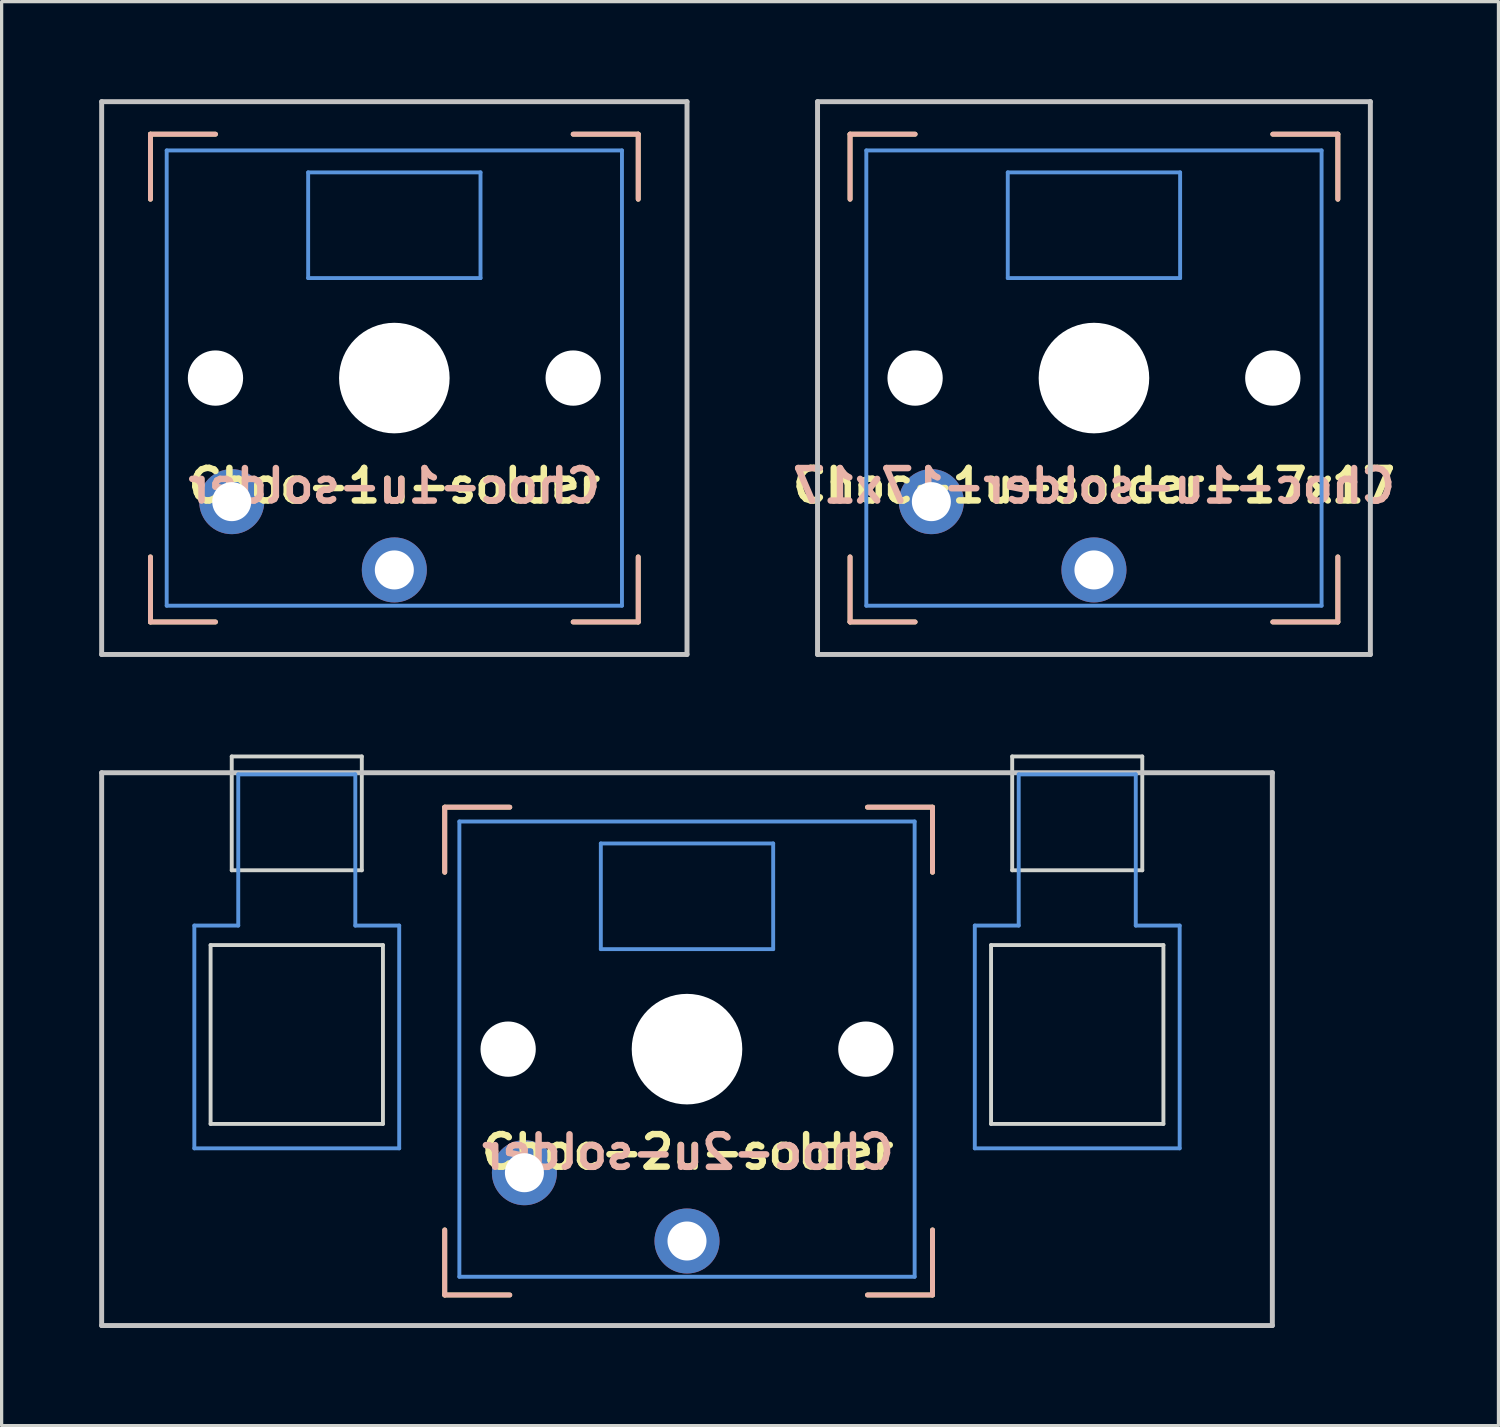
<source format=kicad_pcb>
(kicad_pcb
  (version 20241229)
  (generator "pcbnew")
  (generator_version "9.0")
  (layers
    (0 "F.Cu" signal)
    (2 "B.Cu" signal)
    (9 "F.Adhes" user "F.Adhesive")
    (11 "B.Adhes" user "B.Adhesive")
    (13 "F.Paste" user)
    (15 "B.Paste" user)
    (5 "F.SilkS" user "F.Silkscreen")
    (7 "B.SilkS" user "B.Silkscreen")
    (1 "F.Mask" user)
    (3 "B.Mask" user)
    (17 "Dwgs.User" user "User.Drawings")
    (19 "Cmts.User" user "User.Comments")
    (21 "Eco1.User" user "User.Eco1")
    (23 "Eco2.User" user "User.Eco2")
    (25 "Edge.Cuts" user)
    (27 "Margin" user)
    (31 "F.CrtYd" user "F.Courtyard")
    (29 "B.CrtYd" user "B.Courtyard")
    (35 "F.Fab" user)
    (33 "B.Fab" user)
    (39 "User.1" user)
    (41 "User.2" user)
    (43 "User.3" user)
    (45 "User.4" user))
  (footprint "Choc-1u-solder"
    (layer "F.Cu")
    (at 9.076 8.576)
    (property "Reference" "Choc-1u-solder" (at 0 3.31 180) (layer "F.SilkS") (effects (font (size 1 1) (thickness 0.2))))
    (attr through_hole)
    (fp_line (start -7.5 -7.5) (end -7.5 -5.5) (stroke (width 0.15) (type solid)) (layer "F.SilkS"))
    (fp_line (start -7.5 7.5) (end -7.5 5.5) (stroke (width 0.15) (type solid)) (layer "F.SilkS"))
    (fp_line (start -5.5 -7.5) (end -7.5 -7.5) (stroke (width 0.15) (type solid)) (layer "F.SilkS"))
    (fp_line (start -5.5 7.5) (end -7.5 7.5) (stroke (width 0.15) (type solid)) (layer "F.SilkS"))
    (fp_line (start 5.5 -7.5) (end 7.5 -7.5) (stroke (width 0.15) (type solid)) (layer "F.SilkS"))
    (fp_line (start 5.5 7.5) (end 7.5 7.5) (stroke (width 0.15) (type solid)) (layer "F.SilkS"))
    (fp_line (start 7.5 -7.5) (end 7.5 -5.5) (stroke (width 0.15) (type solid)) (layer "F.SilkS"))
    (fp_line (start 7.5 7.5) (end 7.5 5.5) (stroke (width 0.15) (type solid)) (layer "F.SilkS"))
    (fp_line (start -7.5 -7.5) (end -7.5 -5.5) (stroke (width 0.15) (type solid)) (layer "B.SilkS"))
    (fp_line (start -7.5 7.5) (end -7.5 5.5) (stroke (width 0.15) (type solid)) (layer "B.SilkS"))
    (fp_line (start -5.5 -7.5) (end -7.5 -7.5) (stroke (width 0.15) (type solid)) (layer "B.SilkS"))
    (fp_line (start -5.5 7.5) (end -7.5 7.5) (stroke (width 0.15) (type solid)) (layer "B.SilkS"))
    (fp_line (start 5.5 -7.5) (end 7.5 -7.5) (stroke (width 0.15) (type solid)) (layer "B.SilkS"))
    (fp_line (start 5.5 7.5) (end 7.5 7.5) (stroke (width 0.15) (type solid)) (layer "B.SilkS"))
    (fp_line (start 7.5 -7.5) (end 7.5 -5.5) (stroke (width 0.15) (type solid)) (layer "B.SilkS"))
    (fp_line (start 7.5 7.5) (end 7.5 5.5) (stroke (width 0.15) (type solid)) (layer "B.SilkS"))
    (fp_line (start -9 -8.5) (end 9 -8.5) (stroke (width 0.152) (type solid)) (layer "Dwgs.User"))
    (fp_line (start -9 8.5) (end -9 -8.5) (stroke (width 0.152) (type solid)) (layer "Dwgs.User"))
    (fp_line (start 9 -8.5) (end 9 8.5) (stroke (width 0.152) (type solid)) (layer "Dwgs.User"))
    (fp_line (start 9 8.5) (end -9 8.5) (stroke (width 0.152) (type solid)) (layer "Dwgs.User"))
    (fp_line (start -7 -7) (end -7 7) (stroke (width 0.12) (type solid)) (layer "Cmts.User"))
    (fp_line (start -7 7) (end 7 7) (stroke (width 0.12) (type solid)) (layer "Cmts.User"))
    (fp_line (start -2.65 -6.325) (end 2.65 -6.325) (stroke (width 0.12) (type solid)) (layer "Cmts.User"))
    (fp_line (start -2.65 -3.075) (end -2.65 -6.325) (stroke (width 0.12) (type solid)) (layer "Cmts.User"))
    (fp_line (start 2.65 -6.325) (end 2.65 -3.075) (stroke (width 0.12) (type solid)) (layer "Cmts.User"))
    (fp_line (start 2.65 -3.075) (end -2.65 -3.075) (stroke (width 0.12) (type solid)) (layer "Cmts.User"))
    (fp_line (start 7 -7) (end -7 -7) (stroke (width 0.12) (type solid)) (layer "Cmts.User"))
    (fp_line (start 7 7) (end 7 -7) (stroke (width 0.12) (type solid)) (layer "Cmts.User"))
    (fp_text user "${REFERENCE}" (at 0 3.9 0) (layer "B.SilkS") (effects (font (size 1 1) (thickness 0.2) (bold yes)) (justify bottom mirror)))
    (pad "" np_thru_hole circle (at -5.5 0 180) (size 1.7 1.7) (drill 1.7) (layers "*.Cu" "*.Mask"))
    (pad "" np_thru_hole circle (at 0 0 90) (size 3.4 3.4) (drill 3.4) (layers "*.Cu" "*.Mask"))
    (pad "" np_thru_hole circle (at 5.5 0 180) (size 1.7 1.7) (drill 1.7) (layers "*.Cu" "*.Mask"))
    (pad "1" thru_hole circle (at 0 5.9 180) (size 2 2) (drill 1.2) (layers "*.Cu" "*.Mask"))
    (pad "2" thru_hole circle (at -5 3.8 41.9) (size 2 2) (drill 1.2) (layers "*.Cu" "*.Mask")))
  (footprint "Choc-1u-solder-17x17"
    (layer "F.Cu")
    (at 30.59 8.576)
    (property "Reference" "Choc-1u-solder-17x17" (at 0 3.31 180) (layer "F.SilkS") (effects (font (size 1 1) (thickness 0.2))))
    (attr through_hole)
    (fp_line (start -7.5 -7.5) (end -7.5 -5.5) (stroke (width 0.15) (type solid)) (layer "F.SilkS"))
    (fp_line (start -7.5 7.5) (end -7.5 5.5) (stroke (width 0.15) (type solid)) (layer "F.SilkS"))
    (fp_line (start -5.5 -7.5) (end -7.5 -7.5) (stroke (width 0.15) (type solid)) (layer "F.SilkS"))
    (fp_line (start -5.5 7.5) (end -7.5 7.5) (stroke (width 0.15) (type solid)) (layer "F.SilkS"))
    (fp_line (start 5.5 -7.5) (end 7.5 -7.5) (stroke (width 0.15) (type solid)) (layer "F.SilkS"))
    (fp_line (start 5.5 7.5) (end 7.5 7.5) (stroke (width 0.15) (type solid)) (layer "F.SilkS"))
    (fp_line (start 7.5 -7.5) (end 7.5 -5.5) (stroke (width 0.15) (type solid)) (layer "F.SilkS"))
    (fp_line (start 7.5 7.5) (end 7.5 5.5) (stroke (width 0.15) (type solid)) (layer "F.SilkS"))
    (fp_line (start -7.5 -7.5) (end -7.5 -5.5) (stroke (width 0.15) (type solid)) (layer "B.SilkS"))
    (fp_line (start -7.5 7.5) (end -7.5 5.5) (stroke (width 0.15) (type solid)) (layer "B.SilkS"))
    (fp_line (start -5.5 -7.5) (end -7.5 -7.5) (stroke (width 0.15) (type solid)) (layer "B.SilkS"))
    (fp_line (start -5.5 7.5) (end -7.5 7.5) (stroke (width 0.15) (type solid)) (layer "B.SilkS"))
    (fp_line (start 5.5 -7.5) (end 7.5 -7.5) (stroke (width 0.15) (type solid)) (layer "B.SilkS"))
    (fp_line (start 5.5 7.5) (end 7.5 7.5) (stroke (width 0.15) (type solid)) (layer "B.SilkS"))
    (fp_line (start 7.5 -7.5) (end 7.5 -5.5) (stroke (width 0.15) (type solid)) (layer "B.SilkS"))
    (fp_line (start 7.5 7.5) (end 7.5 5.5) (stroke (width 0.15) (type solid)) (layer "B.SilkS"))
    (fp_line (start -8.5 -8.5) (end 8.5 -8.5) (stroke (width 0.152) (type solid)) (layer "Dwgs.User"))
    (fp_line (start -8.5 8.5) (end -8.5 -8.5) (stroke (width 0.152) (type solid)) (layer "Dwgs.User"))
    (fp_line (start 8.5 -8.5) (end 8.5 8.5) (stroke (width 0.152) (type solid)) (layer "Dwgs.User"))
    (fp_line (start 8.5 8.5) (end -8.5 8.5) (stroke (width 0.152) (type solid)) (layer "Dwgs.User"))
    (fp_line (start -7 -7) (end -7 7) (stroke (width 0.12) (type solid)) (layer "Cmts.User"))
    (fp_line (start -7 7) (end 7 7) (stroke (width 0.12) (type solid)) (layer "Cmts.User"))
    (fp_line (start -2.65 -6.325) (end 2.65 -6.325) (stroke (width 0.12) (type solid)) (layer "Cmts.User"))
    (fp_line (start -2.65 -3.075) (end -2.65 -6.325) (stroke (width 0.12) (type solid)) (layer "Cmts.User"))
    (fp_line (start 2.65 -6.325) (end 2.65 -3.075) (stroke (width 0.12) (type solid)) (layer "Cmts.User"))
    (fp_line (start 2.65 -3.075) (end -2.65 -3.075) (stroke (width 0.12) (type solid)) (layer "Cmts.User"))
    (fp_line (start 7 -7) (end -7 -7) (stroke (width 0.12) (type solid)) (layer "Cmts.User"))
    (fp_line (start 7 7) (end 7 -7) (stroke (width 0.12) (type solid)) (layer "Cmts.User"))
    (fp_text user "${REFERENCE}" (at 0 3.9 0) (layer "B.SilkS") (effects (font (size 1 1) (thickness 0.2) (bold yes)) (justify bottom mirror)))
    (pad "" np_thru_hole circle (at -5.5 0 180) (size 1.7 1.7) (drill 1.7) (layers "*.Cu" "*.Mask"))
    (pad "" np_thru_hole circle (at 0 0 90) (size 3.4 3.4) (drill 3.4) (layers "*.Cu" "*.Mask"))
    (pad "" np_thru_hole circle (at 5.5 0 180) (size 1.7 1.7) (drill 1.7) (layers "*.Cu" "*.Mask"))
    (pad "1" thru_hole circle (at 0 5.9 180) (size 2 2) (drill 1.2) (layers "*.Cu" "*.Mask"))
    (pad "2" thru_hole circle (at -5 3.8 41.9) (size 2 2) (drill 1.2) (layers "*.Cu" "*.Mask")))
  (footprint "Choc-2u-solder"
    (layer "F.Cu")
    (at 18.076 29.212)
    (property "Reference" "Choc-2u-solder" (at 0.02 3.16 180) (layer "F.SilkS") (effects (font (size 1 1) (thickness 0.2))))
    (attr through_hole)
    (fp_line (start -7.45 -7.44) (end -7.45 -5.44) (stroke (width 0.15) (type solid)) (layer "F.SilkS"))
    (fp_line (start -7.45 7.56) (end -7.45 5.56) (stroke (width 0.15) (type solid)) (layer "F.SilkS"))
    (fp_line (start -5.45 -7.44) (end -7.45 -7.44) (stroke (width 0.15) (type solid)) (layer "F.SilkS"))
    (fp_line (start -5.45 7.56) (end -7.45 7.56) (stroke (width 0.15) (type solid)) (layer "F.SilkS"))
    (fp_line (start 5.55 -7.44) (end 7.55 -7.44) (stroke (width 0.15) (type solid)) (layer "F.SilkS"))
    (fp_line (start 5.55 7.56) (end 7.55 7.56) (stroke (width 0.15) (type solid)) (layer "F.SilkS"))
    (fp_line (start 7.55 -7.44) (end 7.55 -5.44) (stroke (width 0.15) (type solid)) (layer "F.SilkS"))
    (fp_line (start 7.55 7.56) (end 7.55 5.56) (stroke (width 0.15) (type solid)) (layer "F.SilkS"))
    (fp_line (start -7.45 -7.44) (end -7.45 -5.44) (stroke (width 0.15) (type solid)) (layer "B.SilkS"))
    (fp_line (start -7.45 7.56) (end -7.45 5.56) (stroke (width 0.15) (type solid)) (layer "B.SilkS"))
    (fp_line (start -5.45 -7.44) (end -7.45 -7.44) (stroke (width 0.15) (type solid)) (layer "B.SilkS"))
    (fp_line (start -5.45 7.56) (end -7.45 7.56) (stroke (width 0.15) (type solid)) (layer "B.SilkS"))
    (fp_line (start 5.55 -7.44) (end 7.55 -7.44) (stroke (width 0.15) (type solid)) (layer "B.SilkS"))
    (fp_line (start 5.55 7.56) (end 7.55 7.56) (stroke (width 0.15) (type solid)) (layer "B.SilkS"))
    (fp_line (start 7.55 -7.44) (end 7.55 -5.44) (stroke (width 0.15) (type solid)) (layer "B.SilkS"))
    (fp_line (start 7.55 7.56) (end 7.55 5.56) (stroke (width 0.15) (type solid)) (layer "B.SilkS"))
    (fp_line (start -18 -8.5) (end 18 -8.5) (stroke (width 0.152) (type solid)) (layer "Dwgs.User"))
    (fp_line (start -18 8.5) (end -18 -8.5) (stroke (width 0.152) (type solid)) (layer "Dwgs.User"))
    (fp_line (start 18 -8.5) (end 18 8.5) (stroke (width 0.152) (type solid)) (layer "Dwgs.User"))
    (fp_line (start 18 8.5) (end -18 8.5) (stroke (width 0.152) (type solid)) (layer "Dwgs.User"))
    (fp_line (start -15.15 -3.8) (end -13.8 -3.8) (stroke (width 0.12) (type solid)) (layer "Cmts.User"))
    (fp_line (start -15.15 3.05) (end -15.15 -3.8) (stroke (width 0.12) (type solid)) (layer "Cmts.User"))
    (fp_line (start -15.15 3.05) (end -8.85 3.05) (stroke (width 0.12) (type solid)) (layer "Cmts.User"))
    (fp_line (start -13.8 -8.45) (end -13.8 -3.8) (stroke (width 0.12) (type solid)) (layer "Cmts.User"))
    (fp_line (start -13.8 -8.45) (end -10.2 -8.45) (stroke (width 0.12) (type solid)) (layer "Cmts.User"))
    (fp_line (start -10.2 -8.45) (end -10.2 -3.8) (stroke (width 0.12) (type solid)) (layer "Cmts.User"))
    (fp_line (start -10.2 -3.8) (end -8.85 -3.8) (stroke (width 0.12) (type solid)) (layer "Cmts.User"))
    (fp_line (start -8.85 3.05) (end -8.85 -3.8) (stroke (width 0.12) (type solid)) (layer "Cmts.User"))
    (fp_line (start -7 -7) (end -7 7) (stroke (width 0.12) (type solid)) (layer "Cmts.User"))
    (fp_line (start -7 7) (end 7 7) (stroke (width 0.12) (type solid)) (layer "Cmts.User"))
    (fp_line (start -2.65 -6.325) (end 2.65 -6.325) (stroke (width 0.12) (type solid)) (layer "Cmts.User"))
    (fp_line (start -2.65 -3.075) (end -2.65 -6.325) (stroke (width 0.12) (type solid)) (layer "Cmts.User"))
    (fp_line (start 2.65 -6.325) (end 2.65 -3.075) (stroke (width 0.12) (type solid)) (layer "Cmts.User"))
    (fp_line (start 2.65 -3.075) (end -2.65 -3.075) (stroke (width 0.12) (type solid)) (layer "Cmts.User"))
    (fp_line (start 7 -7) (end -7 -7) (stroke (width 0.12) (type solid)) (layer "Cmts.User"))
    (fp_line (start 7 7) (end 7 -7) (stroke (width 0.12) (type solid)) (layer "Cmts.User"))
    (fp_line (start 8.85 -3.8) (end 10.2 -3.8) (stroke (width 0.12) (type solid)) (layer "Cmts.User"))
    (fp_line (start 8.85 3.05) (end 8.85 -3.8) (stroke (width 0.12) (type solid)) (layer "Cmts.User"))
    (fp_line (start 8.85 3.05) (end 15.15 3.05) (stroke (width 0.12) (type solid)) (layer "Cmts.User"))
    (fp_line (start 10.2 -8.45) (end 10.2 -3.8) (stroke (width 0.12) (type solid)) (layer "Cmts.User"))
    (fp_line (start 10.2 -8.45) (end 13.8 -8.45) (stroke (width 0.12) (type solid)) (layer "Cmts.User"))
    (fp_line (start 13.8 -8.45) (end 13.8 -3.8) (stroke (width 0.12) (type solid)) (layer "Cmts.User"))
    (fp_line (start 13.8 -3.8) (end 15.15 -3.8) (stroke (width 0.12) (type solid)) (layer "Cmts.User"))
    (fp_line (start 15.15 3.05) (end 15.15 -3.8) (stroke (width 0.12) (type solid)) (layer "Cmts.User"))
    (fp_line (start -14.65 -3.2) (end -14.65 2.3) (stroke (width 0.12) (type solid)) (layer "Edge.Cuts"))
    (fp_line (start -14.65 -3.2) (end -9.35 -3.2) (stroke (width 0.12) (type solid)) (layer "Edge.Cuts"))
    (fp_line (start -14.65 2.3) (end -9.35 2.3) (stroke (width 0.12) (type solid)) (layer "Edge.Cuts"))
    (fp_line (start -14 -9) (end -14 -5.5) (stroke (width 0.12) (type solid)) (layer "Edge.Cuts"))
    (fp_line (start -14 -9) (end -10 -9) (stroke (width 0.12) (type solid)) (layer "Edge.Cuts"))
    (fp_line (start -14 -5.5) (end -10 -5.5) (stroke (width 0.12) (type solid)) (layer "Edge.Cuts"))
    (fp_line (start -10 -5.5) (end -10 -9) (stroke (width 0.12) (type solid)) (layer "Edge.Cuts"))
    (fp_line (start -9.35 2.3) (end -9.35 -3.2) (stroke (width 0.12) (type solid)) (layer "Edge.Cuts"))
    (fp_line (start 9.35 -3.2) (end 9.35 2.3) (stroke (width 0.12) (type solid)) (layer "Edge.Cuts"))
    (fp_line (start 9.35 -3.2) (end 14.65 -3.2) (stroke (width 0.12) (type solid)) (layer "Edge.Cuts"))
    (fp_line (start 9.35 2.3) (end 14.65 2.3) (stroke (width 0.12) (type solid)) (layer "Edge.Cuts"))
    (fp_line (start 10 -9) (end 10 -5.5) (stroke (width 0.12) (type solid)) (layer "Edge.Cuts"))
    (fp_line (start 10 -9) (end 14 -9) (stroke (width 0.12) (type solid)) (layer "Edge.Cuts"))
    (fp_line (start 10 -5.5) (end 14 -5.5) (stroke (width 0.12) (type solid)) (layer "Edge.Cuts"))
    (fp_line (start 14 -5.5) (end 14 -9) (stroke (width 0.12) (type solid)) (layer "Edge.Cuts"))
    (fp_line (start 14.65 2.3) (end 14.65 -3.2) (stroke (width 0.12) (type solid)) (layer "Edge.Cuts"))
    (fp_text user "${REFERENCE}" (at 0.03 3.751 0) (unlocked yes) (layer "B.SilkS") (effects (font (size 1 1) (thickness 0.2) (bold yes)) (justify bottom mirror)))
    (pad "" np_thru_hole circle (at -5.5 0 180) (size 1.7 1.7) (drill 1.7) (layers "*.Cu" "*.Mask"))
    (pad "" np_thru_hole circle (at 0 0 90) (size 3.4 3.4) (drill 3.4) (layers "*.Cu" "*.Mask"))
    (pad "" np_thru_hole circle (at 5.5 0 180) (size 1.7 1.7) (drill 1.7) (layers "*.Cu" "*.Mask"))
    (pad "1" thru_hole circle (at 0 5.9 180) (size 2 2) (drill 1.2) (layers "*.Cu" "*.Mask"))
    (pad "2" thru_hole circle (at -5 3.8 41.9) (size 2 2) (drill 1.2) (layers "*.Cu" "*.Mask")))
  (gr_rect
    (start -3 -3)
    (end 43.029 40.789)
    (stroke (width 0.1) (type default))
    (fill no)
    (layer "Edge.Cuts")))
</source>
